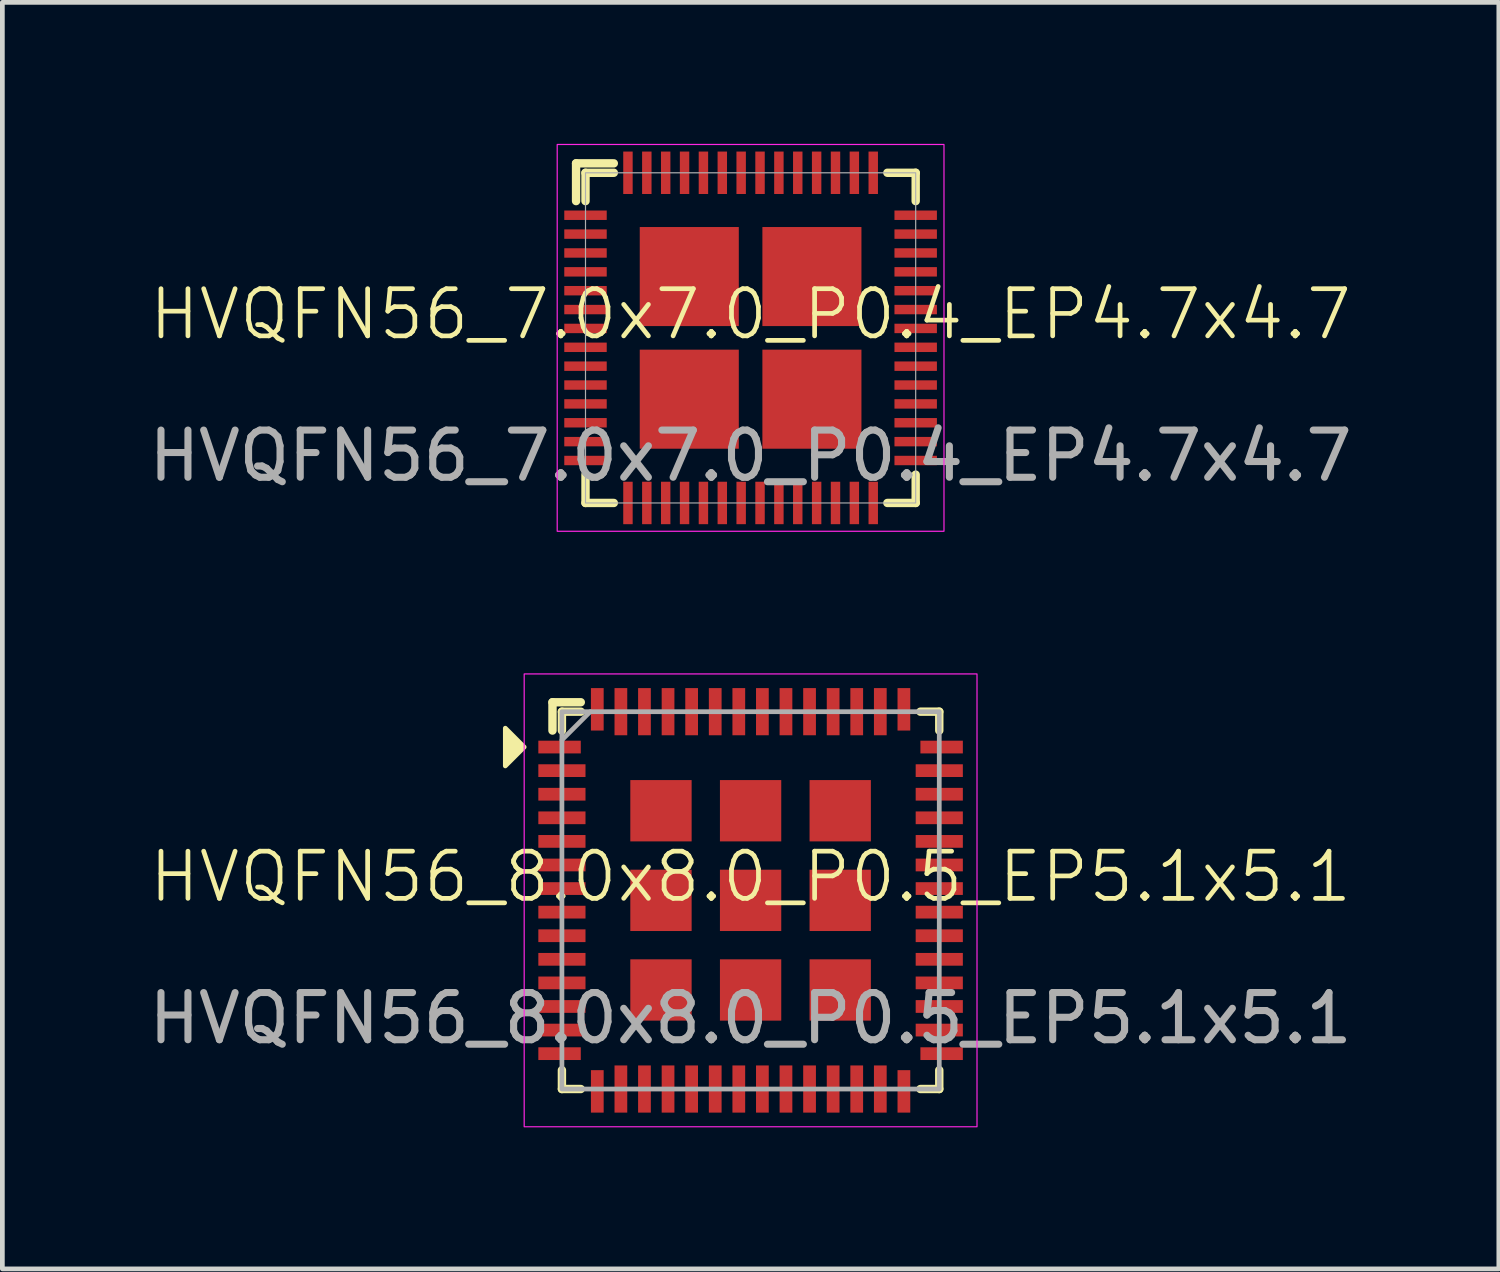
<source format=kicad_pcb>
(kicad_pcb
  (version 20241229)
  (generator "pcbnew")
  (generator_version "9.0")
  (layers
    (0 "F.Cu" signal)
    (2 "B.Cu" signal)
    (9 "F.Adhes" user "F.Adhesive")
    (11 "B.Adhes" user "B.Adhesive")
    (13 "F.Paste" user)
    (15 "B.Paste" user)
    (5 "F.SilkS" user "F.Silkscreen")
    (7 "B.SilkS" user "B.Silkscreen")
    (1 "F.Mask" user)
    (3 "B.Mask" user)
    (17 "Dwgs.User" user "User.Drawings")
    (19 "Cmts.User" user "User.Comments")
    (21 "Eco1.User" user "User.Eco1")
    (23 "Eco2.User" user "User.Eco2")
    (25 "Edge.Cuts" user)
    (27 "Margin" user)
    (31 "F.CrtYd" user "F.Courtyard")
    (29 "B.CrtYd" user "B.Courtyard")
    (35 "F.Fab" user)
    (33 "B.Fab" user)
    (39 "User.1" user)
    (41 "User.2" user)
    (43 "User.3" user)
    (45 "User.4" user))
  (footprint "HVQFN56_7.0x7.0_P0.4_EP4.7x4.7"
    (layer "F.Cu")
    (at 12.863 4.113)
    (property "Reference" "HVQFN56_7.0x7.0_P0.4_EP4.7x4.7" (at 0 -0.5 0) (unlocked yes) (layer "F.SilkS") (effects (font (size 1 1) (thickness 0.1))))
    (attr smd)
    (fp_line (start -3.7 -3.7) (end -2.9 -3.7) (stroke (width 0.178) (type solid)) (layer "F.SilkS"))
    (fp_line (start -3.7 -2.9) (end -3.7 -3.7) (stroke (width 0.178) (type solid)) (layer "F.SilkS"))
    (fp_line (start -3.5 -3.5) (end -2.9 -3.5) (stroke (width 0.178) (type solid)) (layer "F.SilkS"))
    (fp_line (start -3.5 -2.9) (end -3.5 -3.5) (stroke (width 0.178) (type solid)) (layer "F.SilkS"))
    (fp_line (start -3.5 2.9) (end -3.5 3.5) (stroke (width 0.178) (type solid)) (layer "F.SilkS"))
    (fp_line (start -3.5 3.5) (end -2.9 3.5) (stroke (width 0.178) (type solid)) (layer "F.SilkS"))
    (fp_line (start 2.9 -3.5) (end 3.5 -3.5) (stroke (width 0.178) (type solid)) (layer "F.SilkS"))
    (fp_line (start 2.9 3.5) (end 3.5 3.5) (stroke (width 0.178) (type solid)) (layer "F.SilkS"))
    (fp_line (start 3.5 -3.5) (end 3.5 -2.9) (stroke (width 0.178) (type solid)) (layer "F.SilkS"))
    (fp_line (start 3.5 3.5) (end 3.5 2.9) (stroke (width 0.178) (type solid)) (layer "F.SilkS"))
    (fp_rect (start -4.1 -4.1) (end 4.1 4.1) (stroke (width 0.025) (type solid)) (fill no) (layer "F.CrtYd"))
    (fp_rect (start -3.5 -3.5) (end 3.5 3.5) (stroke (width 0.025) (type solid)) (fill no) (layer "F.Fab"))
    (fp_text user "${REFERENCE}" (at 0 2.5 0) (unlocked yes) (layer "F.Fab") (effects (font (size 1 1) (thickness 0.15))))
    (pad "1" smd rect (at -3.5 -2.6) (size 0.9 0.2) (layers "F.Cu" "F.Mask" "F.Paste"))
    (pad "2" smd rect (at -3.5 -2.2) (size 0.9 0.2) (layers "F.Cu" "F.Mask" "F.Paste"))
    (pad "3" smd rect (at -3.5 -1.8) (size 0.9 0.2) (layers "F.Cu" "F.Mask" "F.Paste"))
    (pad "4" smd rect (at -3.5 -1.4) (size 0.9 0.2) (layers "F.Cu" "F.Mask" "F.Paste"))
    (pad "5" smd rect (at -3.5 -1) (size 0.9 0.2) (layers "F.Cu" "F.Mask" "F.Paste"))
    (pad "6" smd rect (at -3.5 -0.6) (size 0.9 0.2) (layers "F.Cu" "F.Mask" "F.Paste"))
    (pad "7" smd rect (at -3.5 -0.2) (size 0.9 0.2) (layers "F.Cu" "F.Mask" "F.Paste"))
    (pad "8" smd rect (at -3.5 0.2) (size 0.9 0.2) (layers "F.Cu" "F.Mask" "F.Paste"))
    (pad "9" smd rect (at -3.5 0.6) (size 0.9 0.2) (layers "F.Cu" "F.Mask" "F.Paste"))
    (pad "10" smd rect (at -3.5 1) (size 0.9 0.2) (layers "F.Cu" "F.Mask" "F.Paste"))
    (pad "11" smd rect (at -3.5 1.4) (size 0.9 0.2) (layers "F.Cu" "F.Mask" "F.Paste"))
    (pad "12" smd rect (at -3.5 1.8) (size 0.9 0.2) (layers "F.Cu" "F.Mask" "F.Paste"))
    (pad "13" smd rect (at -3.5 2.2) (size 0.9 0.2) (layers "F.Cu" "F.Mask" "F.Paste"))
    (pad "14" smd rect (at -3.5 2.6) (size 0.9 0.2) (layers "F.Cu" "F.Mask" "F.Paste"))
    (pad "15" smd rect (at -2.6 3.5) (size 0.2 0.9) (layers "F.Cu" "F.Mask" "F.Paste"))
    (pad "16" smd rect (at -2.2 3.5) (size 0.2 0.9) (layers "F.Cu" "F.Mask" "F.Paste"))
    (pad "17" smd rect (at -1.8 3.5) (size 0.2 0.9) (layers "F.Cu" "F.Mask" "F.Paste"))
    (pad "18" smd rect (at -1.4 3.5) (size 0.2 0.9) (layers "F.Cu" "F.Mask" "F.Paste"))
    (pad "19" smd rect (at -1 3.5) (size 0.2 0.9) (layers "F.Cu" "F.Mask" "F.Paste"))
    (pad "20" smd rect (at -0.6 3.5) (size 0.2 0.9) (layers "F.Cu" "F.Mask" "F.Paste"))
    (pad "21" smd rect (at -0.2 3.5) (size 0.2 0.9) (layers "F.Cu" "F.Mask" "F.Paste"))
    (pad "22" smd rect (at 0.2 3.5) (size 0.2 0.9) (layers "F.Cu" "F.Mask" "F.Paste"))
    (pad "23" smd rect (at 0.6 3.5) (size 0.2 0.9) (layers "F.Cu" "F.Mask" "F.Paste"))
    (pad "24" smd rect (at 1 3.5) (size 0.2 0.9) (layers "F.Cu" "F.Mask" "F.Paste"))
    (pad "25" smd rect (at 1.4 3.5) (size 0.2 0.9) (layers "F.Cu" "F.Mask" "F.Paste"))
    (pad "26" smd rect (at 1.8 3.5) (size 0.2 0.9) (layers "F.Cu" "F.Mask" "F.Paste"))
    (pad "27" smd rect (at 2.2 3.5) (size 0.2 0.9) (layers "F.Cu" "F.Mask" "F.Paste"))
    (pad "28" smd rect (at 2.6 3.5) (size 0.2 0.9) (layers "F.Cu" "F.Mask" "F.Paste"))
    (pad "29" smd rect (at 3.5 2.6) (size 0.9 0.2) (layers "F.Cu" "F.Mask" "F.Paste"))
    (pad "30" smd rect (at 3.5 2.2) (size 0.9 0.2) (layers "F.Cu" "F.Mask" "F.Paste"))
    (pad "31" smd rect (at 3.5 1.8) (size 0.9 0.2) (layers "F.Cu" "F.Mask" "F.Paste"))
    (pad "32" smd rect (at 3.5 1.4) (size 0.9 0.2) (layers "F.Cu" "F.Mask" "F.Paste"))
    (pad "33" smd rect (at 3.5 1) (size 0.9 0.2) (layers "F.Cu" "F.Mask" "F.Paste"))
    (pad "34" smd rect (at 3.5 0.6) (size 0.9 0.2) (layers "F.Cu" "F.Mask" "F.Paste"))
    (pad "35" smd rect (at 3.5 0.2) (size 0.9 0.2) (layers "F.Cu" "F.Mask" "F.Paste"))
    (pad "36" smd rect (at 3.5 -0.2) (size 0.9 0.2) (layers "F.Cu" "F.Mask" "F.Paste"))
    (pad "37" smd rect (at 3.5 -0.6) (size 0.9 0.2) (layers "F.Cu" "F.Mask" "F.Paste"))
    (pad "38" smd rect (at 3.5 -1) (size 0.9 0.2) (layers "F.Cu" "F.Mask" "F.Paste"))
    (pad "39" smd rect (at 3.5 -1.4) (size 0.9 0.2) (layers "F.Cu" "F.Mask" "F.Paste"))
    (pad "40" smd rect (at 3.5 -1.8) (size 0.9 0.2) (layers "F.Cu" "F.Mask" "F.Paste"))
    (pad "41" smd rect (at 3.5 -2.2) (size 0.9 0.2) (layers "F.Cu" "F.Mask" "F.Paste"))
    (pad "42" smd rect (at 3.5 -2.6) (size 0.9 0.2) (layers "F.Cu" "F.Mask" "F.Paste"))
    (pad "43" smd rect (at 2.6 -3.5) (size 0.2 0.9) (layers "F.Cu" "F.Mask" "F.Paste"))
    (pad "44" smd rect (at 2.2 -3.5) (size 0.2 0.9) (layers "F.Cu" "F.Mask" "F.Paste"))
    (pad "45" smd rect (at 1.8 -3.5) (size 0.2 0.9) (layers "F.Cu" "F.Mask" "F.Paste"))
    (pad "46" smd rect (at 1.4 -3.5) (size 0.2 0.9) (layers "F.Cu" "F.Mask" "F.Paste"))
    (pad "47" smd rect (at 1 -3.5) (size 0.2 0.9) (layers "F.Cu" "F.Mask" "F.Paste"))
    (pad "48" smd rect (at 0.6 -3.5) (size 0.2 0.9) (layers "F.Cu" "F.Mask" "F.Paste"))
    (pad "49" smd rect (at 0.2 -3.5) (size 0.2 0.9) (layers "F.Cu" "F.Mask" "F.Paste"))
    (pad "50" smd rect (at -0.2 -3.5) (size 0.2 0.9) (layers "F.Cu" "F.Mask" "F.Paste"))
    (pad "51" smd rect (at -0.6 -3.5) (size 0.2 0.9) (layers "F.Cu" "F.Mask" "F.Paste"))
    (pad "52" smd rect (at -1 -3.5) (size 0.2 0.9) (layers "F.Cu" "F.Mask" "F.Paste"))
    (pad "53" smd rect (at -1.4 -3.5) (size 0.2 0.9) (layers "F.Cu" "F.Mask" "F.Paste"))
    (pad "54" smd rect (at -1.8 -3.5) (size 0.2 0.9) (layers "F.Cu" "F.Mask" "F.Paste"))
    (pad "55" smd rect (at -2.2 -3.5) (size 0.2 0.9) (layers "F.Cu" "F.Mask" "F.Paste"))
    (pad "56" smd rect (at -2.6 -3.5) (size 0.2 0.9) (layers "F.Cu" "F.Mask" "F.Paste"))
    (pad "57" smd rect (at -1.3 -1.3) (size 2.1 2.1) (layers "F.Cu" "F.Mask" "F.Paste"))
    (pad "57" smd rect (at -1.3 1.3) (size 2.1 2.1) (layers "F.Cu" "F.Mask" "F.Paste"))
    (pad "57" smd rect (at 1.3 -1.3) (size 2.1 2.1) (layers "F.Cu" "F.Mask" "F.Paste"))
    (pad "57" smd rect (at 1.3 1.3) (size 2.1 2.1) (layers "F.Cu" "F.Mask" "F.Paste")))
  (footprint "HVQFN56_8.0x8.0_P0.5_EP5.1x5.1"
    (layer "F.Cu")
    (at 12.863 16.038)
    (property "Reference" "HVQFN56_8.0x8.0_P0.5_EP5.1x5.1" (at 0 -0.5 0) (unlocked yes) (layer "F.SilkS") (effects (font (size 1 1) (thickness 0.1))))
    (attr smd)
    (fp_line (start -4.2 -4.2) (end -3.6 -4.2) (stroke (width 0.178) (type default)) (layer "F.SilkS"))
    (fp_line (start -4.2 -3.6) (end -4.2 -4.2) (stroke (width 0.178) (type default)) (layer "F.SilkS"))
    (fp_line (start -4 -4) (end -3.6 -4) (stroke (width 0.178) (type default)) (layer "F.SilkS"))
    (fp_line (start -4 -3.6) (end -4 -4) (stroke (width 0.178) (type default)) (layer "F.SilkS"))
    (fp_line (start -4 3.6) (end -4 4) (stroke (width 0.178) (type default)) (layer "F.SilkS"))
    (fp_line (start -4 4) (end -3.6 4) (stroke (width 0.178) (type default)) (layer "F.SilkS"))
    (fp_line (start 3.6 4) (end 4 4) (stroke (width 0.178) (type default)) (layer "F.SilkS"))
    (fp_line (start 4 -4) (end 3.6 -4) (stroke (width 0.178) (type default)) (layer "F.SilkS"))
    (fp_line (start 4 -3.6) (end 4 -4) (stroke (width 0.178) (type default)) (layer "F.SilkS"))
    (fp_line (start 4 4) (end 4 3.6) (stroke (width 0.178) (type default)) (layer "F.SilkS"))
    (fp_poly (pts (xy -4.8 -3.25) (xy -5.2 -3.65) (xy -5.2 -2.85)) (stroke (width 0.1) (type solid)) (fill yes) (layer "F.SilkS"))
    (fp_rect (start -4.8 -4.8) (end 4.8 4.8) (stroke (width 0.025) (type default)) (fill no) (layer "F.CrtYd"))
    (fp_line (start -4 -3.4) (end -3.4 -4) (stroke (width 0.1) (type default)) (layer "F.Fab"))
    (fp_rect (start -4 -4) (end 4 4) (stroke (width 0.1) (type default)) (fill no) (layer "F.Fab"))
    (fp_text user "${REFERENCE}" (at 0 2.5 0) (unlocked yes) (layer "F.Fab") (effects (font (size 1 1) (thickness 0.15))))
    (pad "1" smd rect (at -4.05 -3.25) (size 0.9 0.27) (layers "F.Cu" "F.Mask" "F.Paste"))
    (pad "2" smd rect (at -4 -2.75) (size 1 0.27) (layers "F.Cu" "F.Mask" "F.Paste"))
    (pad "3" smd rect (at -4 -2.25) (size 1 0.27) (layers "F.Cu" "F.Mask" "F.Paste"))
    (pad "4" smd rect (at -4 -1.75) (size 1 0.27) (layers "F.Cu" "F.Mask" "F.Paste"))
    (pad "5" smd rect (at -4 -1.25) (size 1 0.27) (layers "F.Cu" "F.Mask" "F.Paste"))
    (pad "6" smd rect (at -4 -0.75) (size 1 0.27) (layers "F.Cu" "F.Mask" "F.Paste"))
    (pad "7" smd rect (at -4 -0.25) (size 1 0.27) (layers "F.Cu" "F.Mask" "F.Paste"))
    (pad "8" smd rect (at -4 0.25) (size 1 0.27) (layers "F.Cu" "F.Mask" "F.Paste"))
    (pad "9" smd rect (at -4 0.75) (size 1 0.27) (layers "F.Cu" "F.Mask" "F.Paste"))
    (pad "10" smd rect (at -4 1.25) (size 1 0.27) (layers "F.Cu" "F.Mask" "F.Paste"))
    (pad "11" smd rect (at -4 1.75) (size 1 0.27) (layers "F.Cu" "F.Mask" "F.Paste"))
    (pad "12" smd rect (at -4 2.25) (size 1 0.27) (layers "F.Cu" "F.Mask" "F.Paste"))
    (pad "13" smd rect (at -4 2.75) (size 1 0.27) (layers "F.Cu" "F.Mask" "F.Paste"))
    (pad "14" smd rect (at -4.05 3.25) (size 0.9 0.27) (layers "F.Cu" "F.Mask" "F.Paste"))
    (pad "15" smd rect (at -3.25 4.05) (size 0.27 0.9) (layers "F.Cu" "F.Mask" "F.Paste"))
    (pad "16" smd rect (at -2.75 4) (size 0.27 1) (layers "F.Cu" "F.Mask" "F.Paste"))
    (pad "17" smd rect (at -2.25 4) (size 0.27 1) (layers "F.Cu" "F.Mask" "F.Paste"))
    (pad "18" smd rect (at -1.75 4) (size 0.27 1) (layers "F.Cu" "F.Mask" "F.Paste"))
    (pad "19" smd rect (at -1.25 4) (size 0.27 1) (layers "F.Cu" "F.Mask" "F.Paste"))
    (pad "20" smd rect (at -0.75 4) (size 0.27 1) (layers "F.Cu" "F.Mask" "F.Paste"))
    (pad "21" smd rect (at -0.25 4) (size 0.27 1) (layers "F.Cu" "F.Mask" "F.Paste"))
    (pad "22" smd rect (at 0.25 4) (size 0.27 1) (layers "F.Cu" "F.Mask" "F.Paste"))
    (pad "23" smd rect (at 0.75 4) (size 0.27 1) (layers "F.Cu" "F.Mask" "F.Paste"))
    (pad "24" smd rect (at 1.25 4) (size 0.27 1) (layers "F.Cu" "F.Mask" "F.Paste"))
    (pad "25" smd rect (at 1.75 4) (size 0.27 1) (layers "F.Cu" "F.Mask" "F.Paste"))
    (pad "26" smd rect (at 2.25 4) (size 0.27 1) (layers "F.Cu" "F.Mask" "F.Paste"))
    (pad "27" smd rect (at 2.75 4) (size 0.27 1) (layers "F.Cu" "F.Mask" "F.Paste"))
    (pad "28" smd rect (at 3.25 4.05) (size 0.27 0.9) (layers "F.Cu" "F.Mask" "F.Paste"))
    (pad "29" smd rect (at 4.05 3.25) (size 0.9 0.27) (layers "F.Cu" "F.Mask" "F.Paste"))
    (pad "30" smd rect (at 4 2.75) (size 1 0.27) (layers "F.Cu" "F.Mask" "F.Paste"))
    (pad "31" smd rect (at 4 2.25) (size 1 0.27) (layers "F.Cu" "F.Mask" "F.Paste"))
    (pad "32" smd rect (at 4 1.75) (size 1 0.27) (layers "F.Cu" "F.Mask" "F.Paste"))
    (pad "33" smd rect (at 4 1.25) (size 1 0.27) (layers "F.Cu" "F.Mask" "F.Paste"))
    (pad "34" smd rect (at 4 0.75) (size 1 0.27) (layers "F.Cu" "F.Mask" "F.Paste"))
    (pad "35" smd rect (at 4 0.25) (size 1 0.27) (layers "F.Cu" "F.Mask" "F.Paste"))
    (pad "36" smd rect (at 4 -0.25) (size 1 0.27) (layers "F.Cu" "F.Mask" "F.Paste"))
    (pad "37" smd rect (at 4 -0.75) (size 1 0.27) (layers "F.Cu" "F.Mask" "F.Paste"))
    (pad "38" smd rect (at 4 -1.25) (size 1 0.27) (layers "F.Cu" "F.Mask" "F.Paste"))
    (pad "39" smd rect (at 4 -1.75) (size 1 0.27) (layers "F.Cu" "F.Mask" "F.Paste"))
    (pad "40" smd rect (at 4 -2.25) (size 1 0.27) (layers "F.Cu" "F.Mask" "F.Paste"))
    (pad "41" smd rect (at 4 -2.75) (size 1 0.27) (layers "F.Cu" "F.Mask" "F.Paste"))
    (pad "42" smd rect (at 4.05 -3.25) (size 0.9 0.27) (layers "F.Cu" "F.Mask" "F.Paste"))
    (pad "43" smd rect (at 3.25 -4.05) (size 0.27 0.9) (layers "F.Cu" "F.Mask" "F.Paste"))
    (pad "44" smd rect (at 2.75 -4) (size 0.27 1) (layers "F.Cu" "F.Mask" "F.Paste"))
    (pad "45" smd rect (at 2.25 -4) (size 0.27 1) (layers "F.Cu" "F.Mask" "F.Paste"))
    (pad "46" smd rect (at 1.75 -4) (size 0.27 1) (layers "F.Cu" "F.Mask" "F.Paste"))
    (pad "47" smd rect (at 1.25 -4) (size 0.27 1) (layers "F.Cu" "F.Mask" "F.Paste"))
    (pad "48" smd rect (at 0.75 -4) (size 0.27 1) (layers "F.Cu" "F.Mask" "F.Paste"))
    (pad "49" smd rect (at 0.25 -4) (size 0.27 1) (layers "F.Cu" "F.Mask" "F.Paste"))
    (pad "50" smd rect (at -0.25 -4) (size 0.27 1) (layers "F.Cu" "F.Mask" "F.Paste"))
    (pad "51" smd rect (at -0.75 -4) (size 0.27 1) (layers "F.Cu" "F.Mask" "F.Paste"))
    (pad "52" smd rect (at -1.25 -4) (size 0.27 1) (layers "F.Cu" "F.Mask" "F.Paste"))
    (pad "53" smd rect (at -1.75 -4) (size 0.27 1) (layers "F.Cu" "F.Mask" "F.Paste"))
    (pad "54" smd rect (at -2.25 -4) (size 0.27 1) (layers "F.Cu" "F.Mask" "F.Paste"))
    (pad "55" smd rect (at -2.75 -4) (size 0.27 1) (layers "F.Cu" "F.Mask" "F.Paste"))
    (pad "56" smd rect (at -3.25 -4.05) (size 0.27 0.9) (layers "F.Cu" "F.Mask" "F.Paste"))
    (pad "57" smd rect (at -1.9 -1.9) (size 1.3 1.3) (layers "F.Cu" "F.Mask" "F.Paste"))
    (pad "57" smd rect (at -1.9 0) (size 1.3 1.3) (layers "F.Cu" "F.Mask" "F.Paste"))
    (pad "57" smd rect (at -1.9 1.9) (size 1.3 1.3) (layers "F.Cu" "F.Mask" "F.Paste"))
    (pad "57" smd rect (at 0 -1.9) (size 1.3 1.3) (layers "F.Cu" "F.Mask" "F.Paste"))
    (pad "57" smd rect (at 0 0) (size 1.3 1.3) (layers "F.Cu" "F.Mask" "F.Paste"))
    (pad "57" smd rect (at 0 1.9) (size 1.3 1.3) (layers "F.Cu" "F.Mask" "F.Paste"))
    (pad "57" smd rect (at 1.9 -1.9) (size 1.3 1.3) (layers "F.Cu" "F.Mask" "F.Paste"))
    (pad "57" smd rect (at 1.9 0) (size 1.3 1.3) (layers "F.Cu" "F.Mask" "F.Paste"))
    (pad "57" smd rect (at 1.9 1.9) (size 1.3 1.3) (layers "F.Cu" "F.Mask" "F.Paste")))
  (gr_rect
    (start -3 -3)
    (end 28.726 23.851)
    (stroke (width 0.1) (type default))
    (fill no)
    (layer "Edge.Cuts")))
</source>
